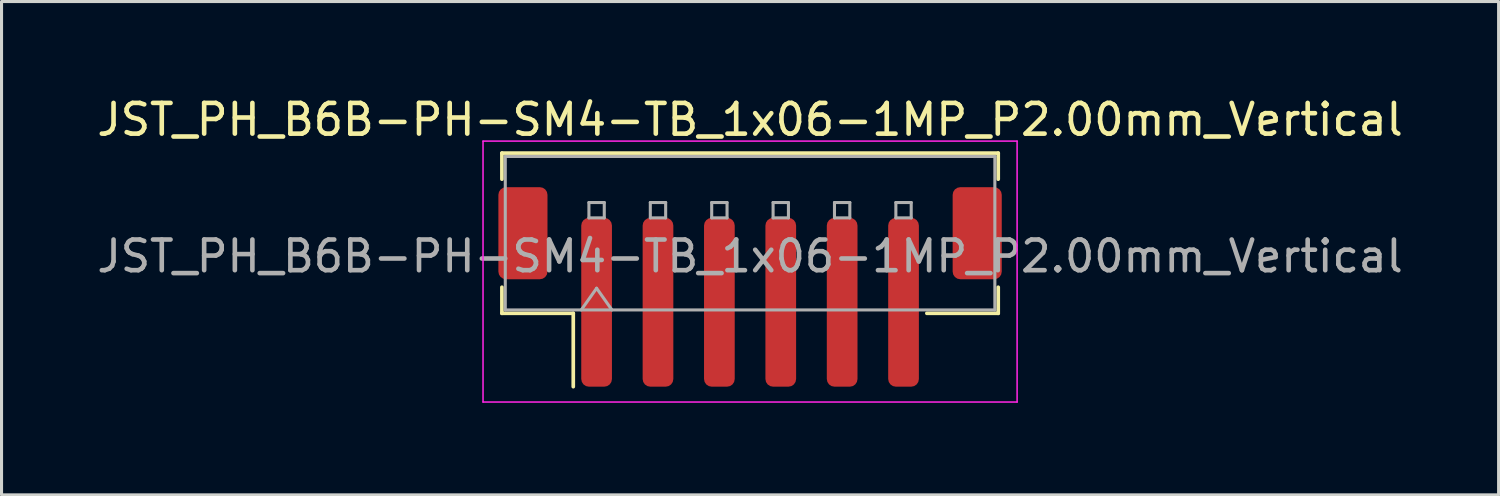
<source format=kicad_pcb>
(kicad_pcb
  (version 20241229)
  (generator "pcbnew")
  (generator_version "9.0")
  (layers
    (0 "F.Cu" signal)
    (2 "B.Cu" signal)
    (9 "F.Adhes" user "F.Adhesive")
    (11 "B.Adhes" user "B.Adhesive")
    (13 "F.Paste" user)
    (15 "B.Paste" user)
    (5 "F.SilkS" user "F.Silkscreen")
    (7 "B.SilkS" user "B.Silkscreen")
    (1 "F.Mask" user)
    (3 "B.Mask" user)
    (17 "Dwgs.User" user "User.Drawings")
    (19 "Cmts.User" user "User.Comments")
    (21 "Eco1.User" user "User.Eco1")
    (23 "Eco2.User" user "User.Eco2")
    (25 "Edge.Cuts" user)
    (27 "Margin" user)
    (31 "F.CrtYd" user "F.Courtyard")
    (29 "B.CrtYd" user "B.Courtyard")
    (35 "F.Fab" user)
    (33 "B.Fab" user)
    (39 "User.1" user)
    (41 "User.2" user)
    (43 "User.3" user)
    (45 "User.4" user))
  (footprint "JST_PH_B6B-PH-SM4-TB_1x06-1MP_P2.00mm_Vertical"
    (layer "F.Cu")
    (at 21.387 6.298)
    (property "Reference" "JST_PH_B6B-PH-SM4-TB_1x06-1MP_P2.00mm_Vertical" (at 0 -5.45 0) (layer "F.SilkS") (effects (font (size 1 1) (thickness 0.15))))
    (attr smd)
    (fp_line (start -8.085 -4.36) (end 8.085 -4.36) (stroke (width 0.12) (type solid)) (layer "F.SilkS"))
    (fp_line (start -8.085 -3.51) (end -8.085 -4.36) (stroke (width 0.12) (type solid)) (layer "F.SilkS"))
    (fp_line (start -8.085 0.01) (end -8.085 0.86) (stroke (width 0.12) (type solid)) (layer "F.SilkS"))
    (fp_line (start -8.085 0.86) (end -5.76 0.86) (stroke (width 0.12) (type solid)) (layer "F.SilkS"))
    (fp_line (start -5.76 0.86) (end -5.76 3.25) (stroke (width 0.12) (type solid)) (layer "F.SilkS"))
    (fp_line (start 8.085 -4.36) (end 8.085 -3.51) (stroke (width 0.12) (type solid)) (layer "F.SilkS"))
    (fp_line (start 8.085 0.01) (end 8.085 0.86) (stroke (width 0.12) (type solid)) (layer "F.SilkS"))
    (fp_line (start 8.085 0.86) (end 5.76 0.86) (stroke (width 0.12) (type solid)) (layer "F.SilkS"))
    (fp_line (start -8.7 -4.75) (end -8.7 3.75) (stroke (width 0.05) (type solid)) (layer "F.CrtYd"))
    (fp_line (start -8.7 3.75) (end 8.7 3.75) (stroke (width 0.05) (type solid)) (layer "F.CrtYd"))
    (fp_line (start 8.7 -4.75) (end -8.7 -4.75) (stroke (width 0.05) (type solid)) (layer "F.CrtYd"))
    (fp_line (start 8.7 3.75) (end 8.7 -4.75) (stroke (width 0.05) (type solid)) (layer "F.CrtYd"))
    (fp_line (start -7.975 -4.25) (end 7.975 -4.25) (stroke (width 0.1) (type solid)) (layer "F.Fab"))
    (fp_line (start -7.975 0.75) (end -7.975 -4.25) (stroke (width 0.1) (type solid)) (layer "F.Fab"))
    (fp_line (start -7.975 0.75) (end 7.975 0.75) (stroke (width 0.1) (type solid)) (layer "F.Fab"))
    (fp_line (start -5.5 0.75) (end -5 0.043) (stroke (width 0.1) (type solid)) (layer "F.Fab"))
    (fp_line (start -5.25 -2.75) (end -5.25 -2.25) (stroke (width 0.1) (type solid)) (layer "F.Fab"))
    (fp_line (start -5.25 -2.25) (end -4.75 -2.25) (stroke (width 0.1) (type solid)) (layer "F.Fab"))
    (fp_line (start -5 0.043) (end -4.5 0.75) (stroke (width 0.1) (type solid)) (layer "F.Fab"))
    (fp_line (start -4.75 -2.75) (end -5.25 -2.75) (stroke (width 0.1) (type solid)) (layer "F.Fab"))
    (fp_line (start -4.75 -2.25) (end -4.75 -2.75) (stroke (width 0.1) (type solid)) (layer "F.Fab"))
    (fp_line (start -3.25 -2.75) (end -3.25 -2.25) (stroke (width 0.1) (type solid)) (layer "F.Fab"))
    (fp_line (start -3.25 -2.25) (end -2.75 -2.25) (stroke (width 0.1) (type solid)) (layer "F.Fab"))
    (fp_line (start -2.75 -2.75) (end -3.25 -2.75) (stroke (width 0.1) (type solid)) (layer "F.Fab"))
    (fp_line (start -2.75 -2.25) (end -2.75 -2.75) (stroke (width 0.1) (type solid)) (layer "F.Fab"))
    (fp_line (start -1.25 -2.75) (end -1.25 -2.25) (stroke (width 0.1) (type solid)) (layer "F.Fab"))
    (fp_line (start -1.25 -2.25) (end -0.75 -2.25) (stroke (width 0.1) (type solid)) (layer "F.Fab"))
    (fp_line (start -0.75 -2.75) (end -1.25 -2.75) (stroke (width 0.1) (type solid)) (layer "F.Fab"))
    (fp_line (start -0.75 -2.25) (end -0.75 -2.75) (stroke (width 0.1) (type solid)) (layer "F.Fab"))
    (fp_line (start 0.75 -2.75) (end 0.75 -2.25) (stroke (width 0.1) (type solid)) (layer "F.Fab"))
    (fp_line (start 0.75 -2.25) (end 1.25 -2.25) (stroke (width 0.1) (type solid)) (layer "F.Fab"))
    (fp_line (start 1.25 -2.75) (end 0.75 -2.75) (stroke (width 0.1) (type solid)) (layer "F.Fab"))
    (fp_line (start 1.25 -2.25) (end 1.25 -2.75) (stroke (width 0.1) (type solid)) (layer "F.Fab"))
    (fp_line (start 2.75 -2.75) (end 2.75 -2.25) (stroke (width 0.1) (type solid)) (layer "F.Fab"))
    (fp_line (start 2.75 -2.25) (end 3.25 -2.25) (stroke (width 0.1) (type solid)) (layer "F.Fab"))
    (fp_line (start 3.25 -2.75) (end 2.75 -2.75) (stroke (width 0.1) (type solid)) (layer "F.Fab"))
    (fp_line (start 3.25 -2.25) (end 3.25 -2.75) (stroke (width 0.1) (type solid)) (layer "F.Fab"))
    (fp_line (start 4.75 -2.75) (end 4.75 -2.25) (stroke (width 0.1) (type solid)) (layer "F.Fab"))
    (fp_line (start 4.75 -2.25) (end 5.25 -2.25) (stroke (width 0.1) (type solid)) (layer "F.Fab"))
    (fp_line (start 5.25 -2.75) (end 4.75 -2.75) (stroke (width 0.1) (type solid)) (layer "F.Fab"))
    (fp_line (start 5.25 -2.25) (end 5.25 -2.75) (stroke (width 0.1) (type solid)) (layer "F.Fab"))
    (fp_line (start 7.975 0.75) (end 7.975 -4.25) (stroke (width 0.1) (type solid)) (layer "F.Fab"))
    (fp_text user "${REFERENCE}" (at 0 -1 0) (layer "F.Fab") (effects (font (size 1 1) (thickness 0.15))))
    (pad "1" smd roundrect (at -5 0.5) (size 1 5.5) (layers "F.Cu" "F.Mask" "F.Paste") (roundrect_rratio 0.25))
    (pad "2" smd roundrect (at -3 0.5) (size 1 5.5) (layers "F.Cu" "F.Mask" "F.Paste") (roundrect_rratio 0.25))
    (pad "3" smd roundrect (at -1 0.5) (size 1 5.5) (layers "F.Cu" "F.Mask" "F.Paste") (roundrect_rratio 0.25))
    (pad "4" smd roundrect (at 1 0.5) (size 1 5.5) (layers "F.Cu" "F.Mask" "F.Paste") (roundrect_rratio 0.25))
    (pad "5" smd roundrect (at 3 0.5) (size 1 5.5) (layers "F.Cu" "F.Mask" "F.Paste") (roundrect_rratio 0.25))
    (pad "6" smd roundrect (at 5 0.5) (size 1 5.5) (layers "F.Cu" "F.Mask" "F.Paste") (roundrect_rratio 0.25))
    (pad "MP" smd roundrect (at -7.4 -1.75) (size 1.6 3) (layers "F.Cu" "F.Mask" "F.Paste") (roundrect_rratio 0.156))
    (pad "MP" smd roundrect (at 7.4 -1.75) (size 1.6 3) (layers "F.Cu" "F.Mask" "F.Paste") (roundrect_rratio 0.156)))
  (gr_rect
    (start -3 -3)
    (end 45.774 13.073)
    (stroke (width 0.1) (type default))
    (fill no)
    (layer "Edge.Cuts")))
</source>
